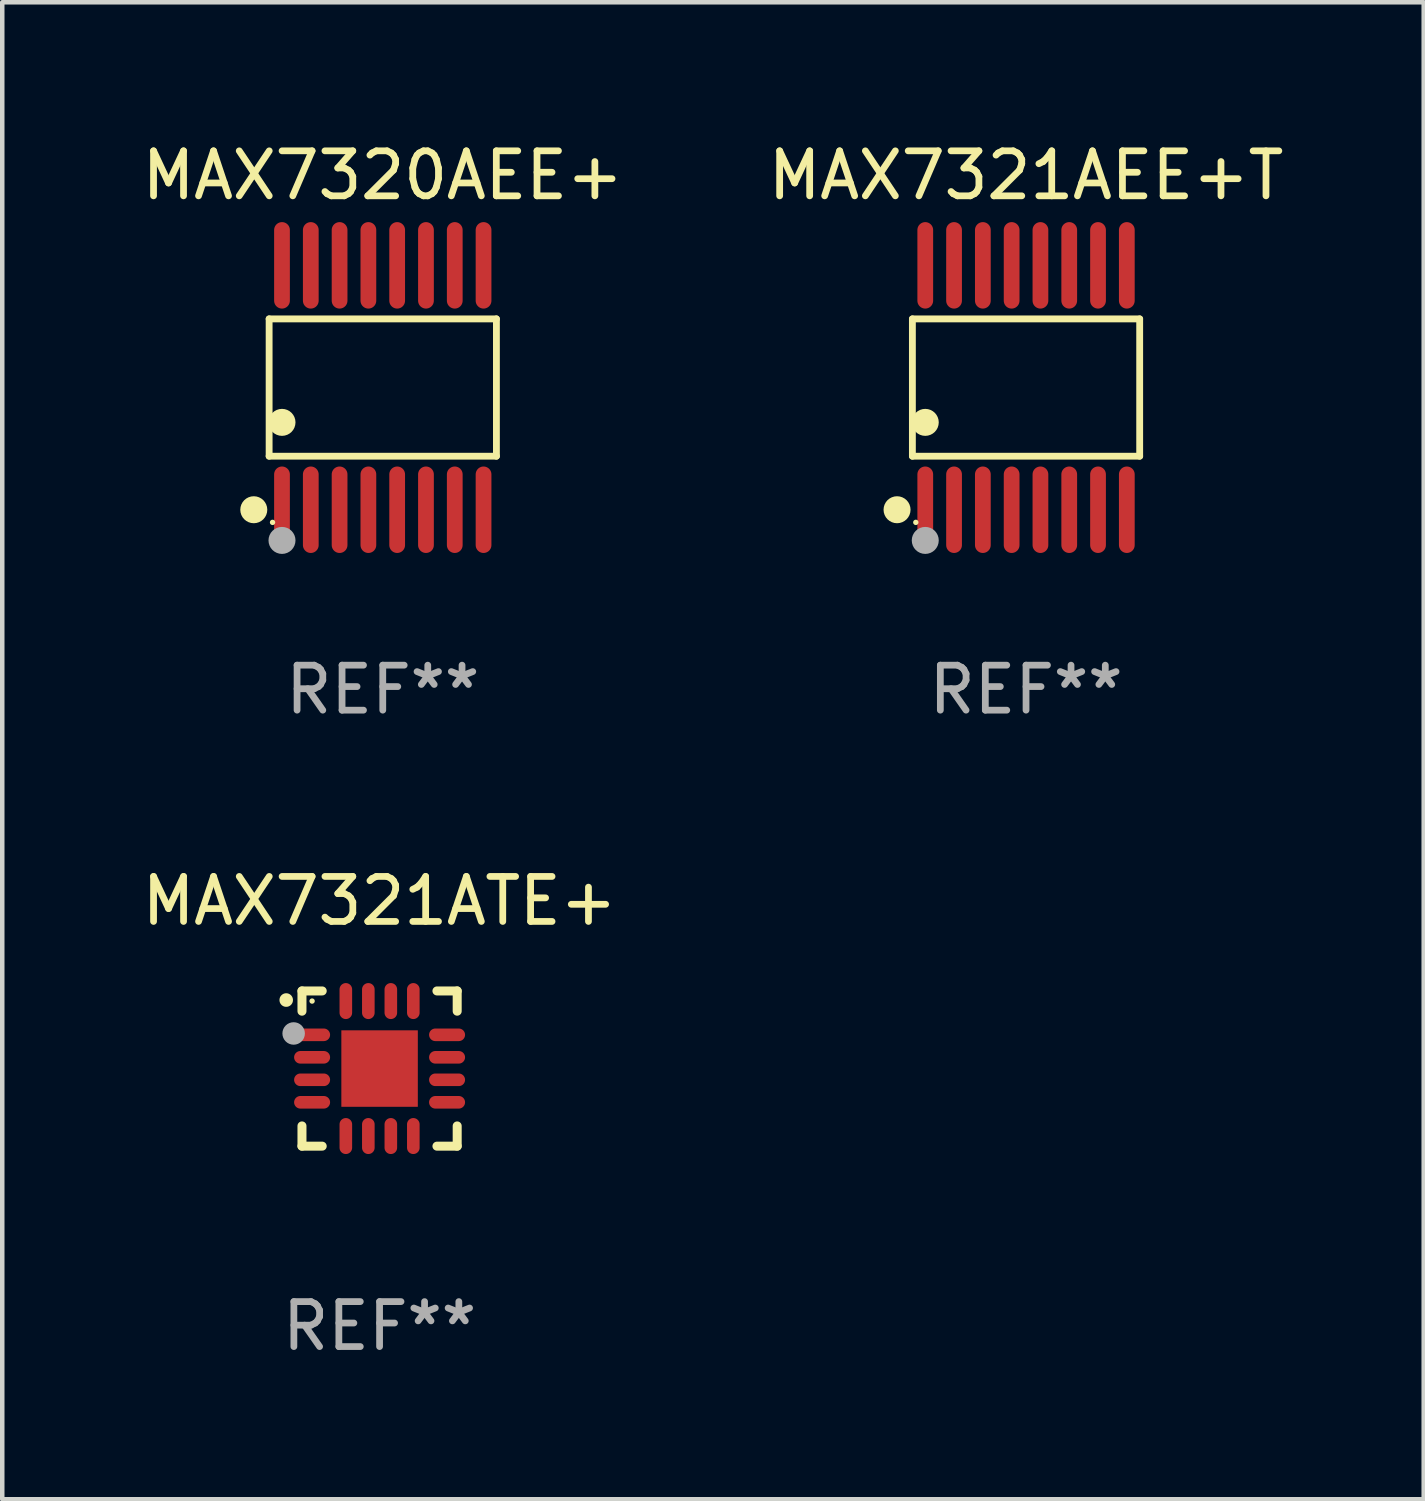
<source format=kicad_pcb>
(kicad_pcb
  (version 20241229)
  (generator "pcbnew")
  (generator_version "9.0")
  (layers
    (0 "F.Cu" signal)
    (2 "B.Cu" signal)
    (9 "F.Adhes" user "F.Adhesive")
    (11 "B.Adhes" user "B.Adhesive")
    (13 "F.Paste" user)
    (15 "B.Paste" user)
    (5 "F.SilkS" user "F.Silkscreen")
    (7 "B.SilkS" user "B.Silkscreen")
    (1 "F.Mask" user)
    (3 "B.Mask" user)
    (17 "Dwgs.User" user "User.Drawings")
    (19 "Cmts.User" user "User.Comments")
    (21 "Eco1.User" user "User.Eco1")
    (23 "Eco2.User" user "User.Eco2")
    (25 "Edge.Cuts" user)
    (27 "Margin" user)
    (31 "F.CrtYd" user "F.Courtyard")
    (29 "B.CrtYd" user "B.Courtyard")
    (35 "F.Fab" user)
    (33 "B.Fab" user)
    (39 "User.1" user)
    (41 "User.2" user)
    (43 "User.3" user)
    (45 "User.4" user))
  (footprint "MAX7320AEE+"
    (layer "F.Cu")
    (at 5.458 5.564)
    (property "Reference" "MAX7320AEE+" (at 0 -4.716 0) (layer "F.SilkS") (effects (font (size 1 1) (thickness 0.15))))
    (attr through_hole)
    (fp_line (start -2.526 -1.526) (end 2.526 -1.526) (stroke (width 0.152) (type solid)) (layer "F.SilkS"))
    (fp_line (start -2.526 1.526) (end -2.526 -1.526) (stroke (width 0.152) (type solid)) (layer "F.SilkS"))
    (fp_line (start 2.526 -1.526) (end 2.526 1.526) (stroke (width 0.152) (type solid)) (layer "F.SilkS"))
    (fp_line (start 2.526 1.526) (end -2.526 1.526) (stroke (width 0.152) (type solid)) (layer "F.SilkS"))
    (fp_circle (center -2.867 2.716) (end -2.717 2.716) (stroke (width 0.3) (type solid)) (fill no) (layer "F.SilkS"))
    (fp_circle (center -2.45 2.997) (end -2.42 2.997) (stroke (width 0.06) (type solid)) (fill no) (layer "F.SilkS"))
    (fp_circle (center -2.24 0.774) (end -2.09 0.774) (stroke (width 0.3) (type solid)) (fill no) (layer "F.SilkS"))
    (fp_circle (center -2.24 3.398) (end -2.09 3.398) (stroke (width 0.3) (type solid)) (fill no) (layer "F.Fab"))
    (fp_text user "REF**" (at 0 6.716 0) (layer "F.Fab") (effects (font (size 1 1) (thickness 0.15))))
    (pad "1" smd oval (at -2.24 2.716) (size 0.35 1.922) (layers "F.Cu" "F.Mask" "F.Paste"))
    (pad "2" smd oval (at -1.6 2.716) (size 0.35 1.922) (layers "F.Cu" "F.Mask" "F.Paste"))
    (pad "3" smd oval (at -0.96 2.716) (size 0.35 1.922) (layers "F.Cu" "F.Mask" "F.Paste"))
    (pad "4" smd oval (at -0.32 2.716) (size 0.35 1.922) (layers "F.Cu" "F.Mask" "F.Paste"))
    (pad "5" smd oval (at 0.32 2.716) (size 0.35 1.922) (layers "F.Cu" "F.Mask" "F.Paste"))
    (pad "6" smd oval (at 0.96 2.716) (size 0.35 1.922) (layers "F.Cu" "F.Mask" "F.Paste"))
    (pad "7" smd oval (at 1.6 2.716) (size 0.35 1.922) (layers "F.Cu" "F.Mask" "F.Paste"))
    (pad "8" smd oval (at 2.24 2.716) (size 0.35 1.922) (layers "F.Cu" "F.Mask" "F.Paste"))
    (pad "9" smd oval (at 2.24 -2.716) (size 0.35 1.922) (layers "F.Cu" "F.Mask" "F.Paste"))
    (pad "10" smd oval (at 1.6 -2.716) (size 0.35 1.922) (layers "F.Cu" "F.Mask" "F.Paste"))
    (pad "11" smd oval (at 0.96 -2.716) (size 0.35 1.922) (layers "F.Cu" "F.Mask" "F.Paste"))
    (pad "12" smd oval (at 0.32 -2.716) (size 0.35 1.922) (layers "F.Cu" "F.Mask" "F.Paste"))
    (pad "13" smd oval (at -0.32 -2.716) (size 0.35 1.922) (layers "F.Cu" "F.Mask" "F.Paste"))
    (pad "14" smd oval (at -0.96 -2.716) (size 0.35 1.922) (layers "F.Cu" "F.Mask" "F.Paste"))
    (pad "15" smd oval (at -1.6 -2.716) (size 0.35 1.922) (layers "F.Cu" "F.Mask" "F.Paste"))
    (pad "16" smd oval (at -2.24 -2.716) (size 0.35 1.922) (layers "F.Cu" "F.Mask" "F.Paste")))
  (footprint "MAX7321ATE+"
    (layer "F.Cu")
    (at 5.387 20.701)
    (property "Reference" "MAX7321ATE+" (at 0 -3.725 0) (layer "F.SilkS") (effects (font (size 1 1) (thickness 0.15))))
    (attr through_hole)
    (fp_line (start -1.725 -1.725) (end -1.275 -1.725) (stroke (width 0.2) (type solid)) (layer "F.SilkS"))
    (fp_line (start -1.725 -1.275) (end -1.725 -1.725) (stroke (width 0.2) (type solid)) (layer "F.SilkS"))
    (fp_line (start -1.725 1.725) (end -1.725 1.275) (stroke (width 0.2) (type solid)) (layer "F.SilkS"))
    (fp_line (start -1.275 1.725) (end -1.725 1.725) (stroke (width 0.2) (type solid)) (layer "F.SilkS"))
    (fp_line (start 1.275 -1.725) (end 1.725 -1.725) (stroke (width 0.2) (type solid)) (layer "F.SilkS"))
    (fp_line (start 1.275 1.725) (end 1.725 1.725) (stroke (width 0.2) (type solid)) (layer "F.SilkS"))
    (fp_line (start 1.725 -1.725) (end 1.725 -1.275) (stroke (width 0.2) (type solid)) (layer "F.SilkS"))
    (fp_line (start 1.725 1.725) (end 1.725 1.275) (stroke (width 0.2) (type solid)) (layer "F.SilkS"))
    (fp_arc (start -2.075184 -1.521463) (mid -2.075189 -1.522733) (end -2.075184 -1.524003) (stroke (width 0.3) (type solid)) (layer "F.SilkS"))
    (fp_circle (center -1.5 -1.5) (end -1.47 -1.5) (stroke (width 0.06) (type solid)) (fill no) (layer "F.SilkS"))
    (fp_circle (center -1.91 -0.78) (end -1.785 -0.78) (stroke (width 0.25) (type solid)) (fill no) (layer "F.Fab"))
    (fp_text user "REF**" (at 0 5.725 0) (layer "F.Fab") (effects (font (size 1 1) (thickness 0.15))))
    (pad "1" smd oval (at -1.5 -0.75) (size 0.8 0.28) (layers "F.Cu" "F.Mask" "F.Paste"))
    (pad "2" smd oval (at -1.5 -0.25) (size 0.8 0.28) (layers "F.Cu" "F.Mask" "F.Paste"))
    (pad "3" smd oval (at -1.5 0.25) (size 0.8 0.28) (layers "F.Cu" "F.Mask" "F.Paste"))
    (pad "4" smd oval (at -1.5 0.75) (size 0.8 0.28) (layers "F.Cu" "F.Mask" "F.Paste"))
    (pad "5" smd oval (at -0.75 1.5) (size 0.28 0.8) (layers "F.Cu" "F.Mask" "F.Paste"))
    (pad "6" smd oval (at -0.25 1.5) (size 0.28 0.8) (layers "F.Cu" "F.Mask" "F.Paste"))
    (pad "7" smd oval (at 0.25 1.5) (size 0.28 0.8) (layers "F.Cu" "F.Mask" "F.Paste"))
    (pad "8" smd oval (at 0.75 1.5) (size 0.28 0.8) (layers "F.Cu" "F.Mask" "F.Paste"))
    (pad "9" smd oval (at 1.5 0.75) (size 0.8 0.28) (layers "F.Cu" "F.Mask" "F.Paste"))
    (pad "10" smd oval (at 1.5 0.25) (size 0.8 0.28) (layers "F.Cu" "F.Mask" "F.Paste"))
    (pad "11" smd oval (at 1.5 -0.25) (size 0.8 0.28) (layers "F.Cu" "F.Mask" "F.Paste"))
    (pad "12" smd oval (at 1.5 -0.75) (size 0.8 0.28) (layers "F.Cu" "F.Mask" "F.Paste"))
    (pad "13" smd oval (at 0.75 -1.5) (size 0.28 0.8) (layers "F.Cu" "F.Mask" "F.Paste"))
    (pad "14" smd oval (at 0.25 -1.5) (size 0.28 0.8) (layers "F.Cu" "F.Mask" "F.Paste"))
    (pad "15" smd oval (at -0.25 -1.5) (size 0.28 0.8) (layers "F.Cu" "F.Mask" "F.Paste"))
    (pad "16" smd oval (at -0.75 -1.5) (size 0.28 0.8) (layers "F.Cu" "F.Mask" "F.Paste"))
    (pad "17" smd rect (at 0.000076 0.000076) (size 1.7 1.7) (layers "F.Cu" "F.Mask" "F.Paste")))
  (footprint "MAX7321AEE+T"
    (layer "F.Cu")
    (at 19.756 5.564)
    (property "Reference" "MAX7321AEE+T" (at 0 -4.716 0) (layer "F.SilkS") (effects (font (size 1 1) (thickness 0.15))))
    (attr through_hole)
    (fp_line (start -2.526 -1.526) (end 2.526 -1.526) (stroke (width 0.152) (type solid)) (layer "F.SilkS"))
    (fp_line (start -2.526 1.526) (end -2.526 -1.526) (stroke (width 0.152) (type solid)) (layer "F.SilkS"))
    (fp_line (start 2.526 -1.526) (end 2.526 1.526) (stroke (width 0.152) (type solid)) (layer "F.SilkS"))
    (fp_line (start 2.526 1.526) (end -2.526 1.526) (stroke (width 0.152) (type solid)) (layer "F.SilkS"))
    (fp_circle (center -2.867 2.716) (end -2.717 2.716) (stroke (width 0.3) (type solid)) (fill no) (layer "F.SilkS"))
    (fp_circle (center -2.45 2.997) (end -2.42 2.997) (stroke (width 0.06) (type solid)) (fill no) (layer "F.SilkS"))
    (fp_circle (center -2.24 0.774) (end -2.09 0.774) (stroke (width 0.3) (type solid)) (fill no) (layer "F.SilkS"))
    (fp_circle (center -2.24 3.398) (end -2.09 3.398) (stroke (width 0.3) (type solid)) (fill no) (layer "F.Fab"))
    (fp_text user "REF**" (at 0 6.716 0) (layer "F.Fab") (effects (font (size 1 1) (thickness 0.15))))
    (pad "1" smd oval (at -2.24 2.716) (size 0.35 1.922) (layers "F.Cu" "F.Mask" "F.Paste"))
    (pad "2" smd oval (at -1.6 2.716) (size 0.35 1.922) (layers "F.Cu" "F.Mask" "F.Paste"))
    (pad "3" smd oval (at -0.96 2.716) (size 0.35 1.922) (layers "F.Cu" "F.Mask" "F.Paste"))
    (pad "4" smd oval (at -0.32 2.716) (size 0.35 1.922) (layers "F.Cu" "F.Mask" "F.Paste"))
    (pad "5" smd oval (at 0.32 2.716) (size 0.35 1.922) (layers "F.Cu" "F.Mask" "F.Paste"))
    (pad "6" smd oval (at 0.96 2.716) (size 0.35 1.922) (layers "F.Cu" "F.Mask" "F.Paste"))
    (pad "7" smd oval (at 1.6 2.716) (size 0.35 1.922) (layers "F.Cu" "F.Mask" "F.Paste"))
    (pad "8" smd oval (at 2.24 2.716) (size 0.35 1.922) (layers "F.Cu" "F.Mask" "F.Paste"))
    (pad "9" smd oval (at 2.24 -2.716) (size 0.35 1.922) (layers "F.Cu" "F.Mask" "F.Paste"))
    (pad "10" smd oval (at 1.6 -2.716) (size 0.35 1.922) (layers "F.Cu" "F.Mask" "F.Paste"))
    (pad "11" smd oval (at 0.96 -2.716) (size 0.35 1.922) (layers "F.Cu" "F.Mask" "F.Paste"))
    (pad "12" smd oval (at 0.32 -2.716) (size 0.35 1.922) (layers "F.Cu" "F.Mask" "F.Paste"))
    (pad "13" smd oval (at -0.32 -2.716) (size 0.35 1.922) (layers "F.Cu" "F.Mask" "F.Paste"))
    (pad "14" smd oval (at -0.96 -2.716) (size 0.35 1.922) (layers "F.Cu" "F.Mask" "F.Paste"))
    (pad "15" smd oval (at -1.6 -2.716) (size 0.35 1.922) (layers "F.Cu" "F.Mask" "F.Paste"))
    (pad "16" smd oval (at -2.24 -2.716) (size 0.35 1.922) (layers "F.Cu" "F.Mask" "F.Paste")))
  (gr_rect
    (start -3 -3)
    (end 28.595 30.274)
    (stroke (width 0.1) (type default))
    (fill no)
    (layer "Edge.Cuts")))
</source>
